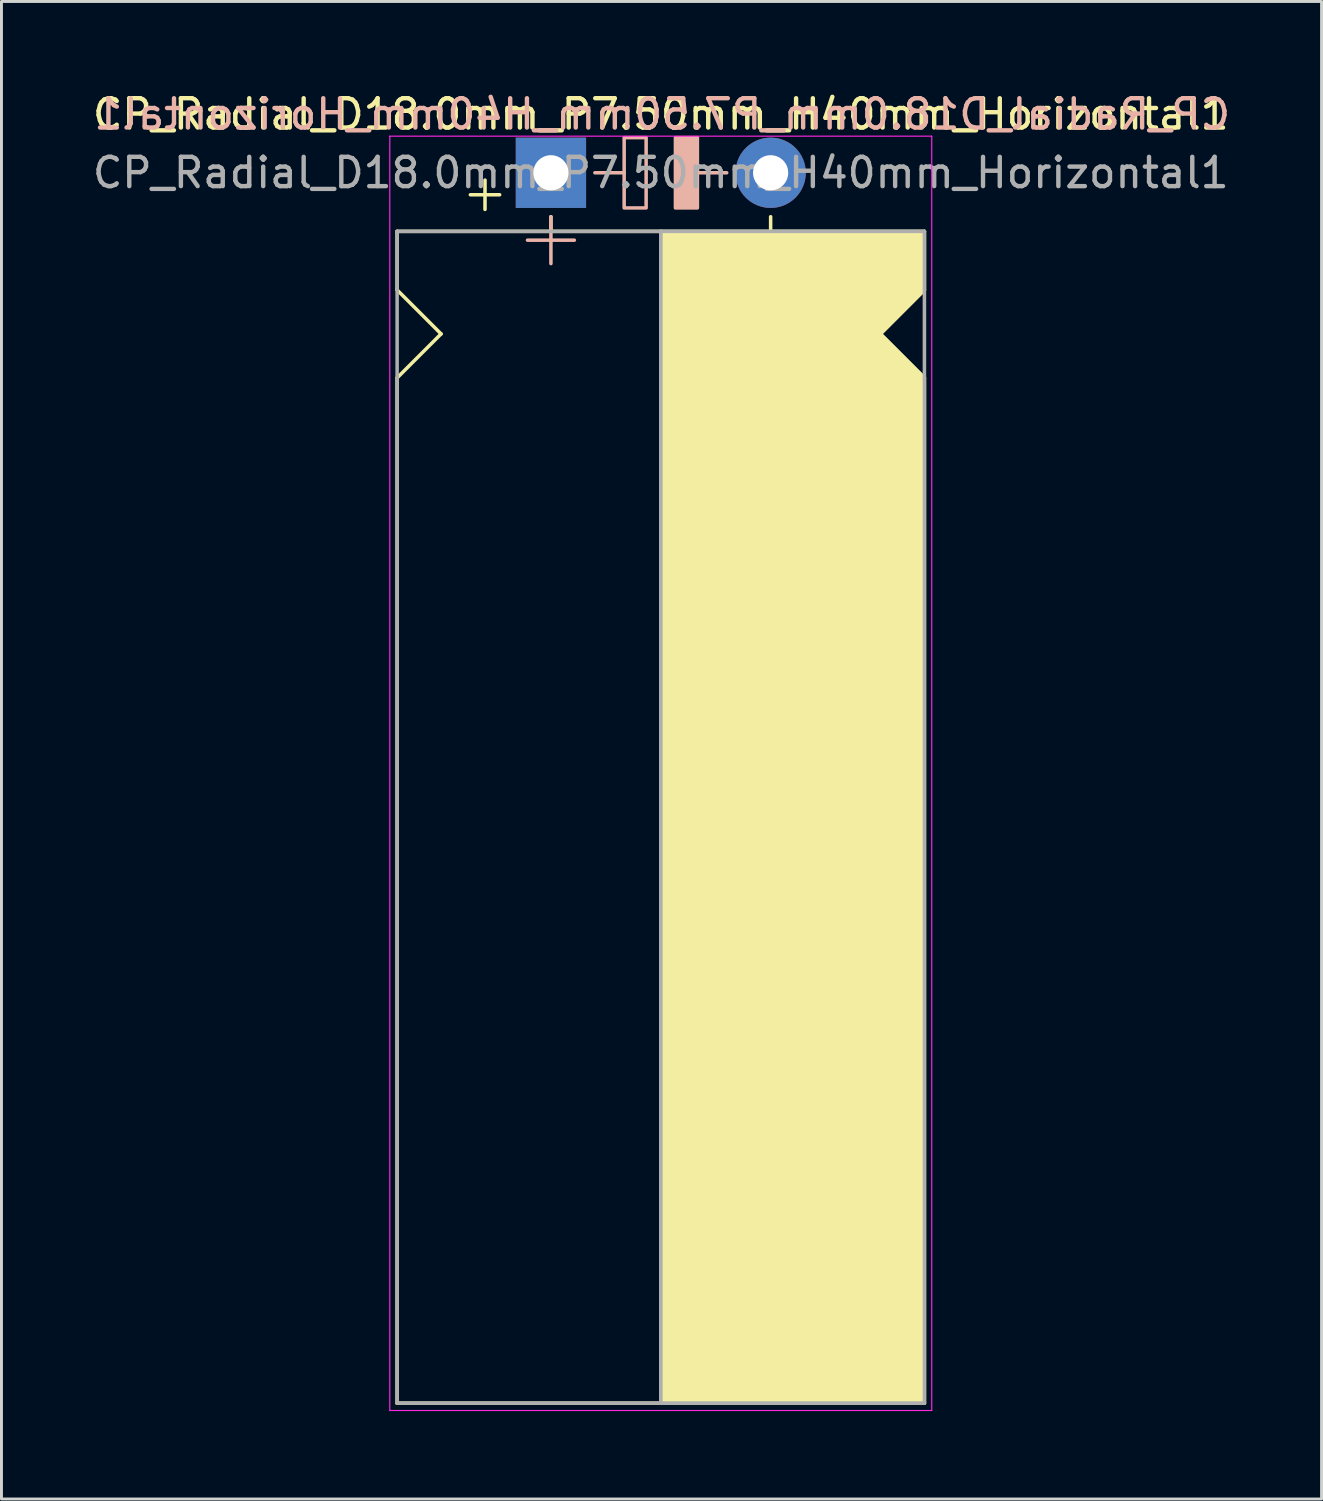
<source format=kicad_pcb>
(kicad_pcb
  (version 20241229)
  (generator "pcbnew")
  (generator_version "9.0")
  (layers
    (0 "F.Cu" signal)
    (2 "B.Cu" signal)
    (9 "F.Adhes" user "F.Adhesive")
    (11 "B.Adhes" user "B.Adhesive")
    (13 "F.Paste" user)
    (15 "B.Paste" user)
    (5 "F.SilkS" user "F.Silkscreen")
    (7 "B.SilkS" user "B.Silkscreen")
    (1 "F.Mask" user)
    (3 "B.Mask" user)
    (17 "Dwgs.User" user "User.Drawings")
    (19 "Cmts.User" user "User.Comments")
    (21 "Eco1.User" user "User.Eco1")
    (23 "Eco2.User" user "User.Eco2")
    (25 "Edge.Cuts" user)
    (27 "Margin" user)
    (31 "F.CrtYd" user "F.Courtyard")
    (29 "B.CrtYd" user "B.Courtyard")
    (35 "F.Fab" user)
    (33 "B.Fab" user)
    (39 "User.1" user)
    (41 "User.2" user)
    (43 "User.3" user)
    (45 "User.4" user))
  (footprint "CP_Radial_D18.0mm_P7.50mm_H40mm_Horizontal1"
    (layer "F.Cu")
    (at 15.756 2.848)
    (property "Reference" "CP_Radial_D18.0mm_P7.50mm_H40mm_Horizontal1" (at 3.75 -2 0) (layer "F.SilkS") (effects (font (size 1 1) (thickness 0.15))))
    (fp_line (start -5.25 2) (end -5.25 4) (stroke (width 0.12) (type solid)) (layer "F.SilkS"))
    (fp_line (start -5.25 2) (end 12.75 2) (stroke (width 0.12) (type solid)) (layer "F.SilkS"))
    (fp_line (start -5.25 4) (end -3.75 5.5) (stroke (width 0.12) (type solid)) (layer "F.SilkS"))
    (fp_line (start -5.25 7) (end -5.25 42) (stroke (width 0.12) (type solid)) (layer "F.SilkS"))
    (fp_line (start -5.25 7) (end -3.75 5.5) (stroke (width 0.12) (type solid)) (layer "F.SilkS"))
    (fp_line (start -5.25 42) (end 12.75 42) (stroke (width 0.12) (type solid)) (layer "F.SilkS"))
    (fp_line (start -2.25 0.25) (end -2.25 1.25) (stroke (width 0.12) (type solid)) (layer "F.SilkS"))
    (fp_line (start -1.75 0.75) (end -2.75 0.75) (stroke (width 0.12) (type solid)) (layer "F.SilkS"))
    (fp_line (start 0 1.5) (end 0 2) (stroke (width 0.12) (type solid)) (layer "F.SilkS"))
    (fp_line (start 3.75 2) (end 3.75 42) (stroke (width 0.12) (type solid)) (layer "F.SilkS"))
    (fp_line (start 7.5 1.5) (end 7.5 2) (stroke (width 0.12) (type solid)) (layer "F.SilkS"))
    (fp_line (start 12.75 2) (end 12.75 4) (stroke (width 0.12) (type solid)) (layer "F.SilkS"))
    (fp_line (start 12.75 4) (end 11.25 5.5) (stroke (width 0.12) (type solid)) (layer "F.SilkS"))
    (fp_line (start 12.75 7) (end 11.25 5.5) (stroke (width 0.12) (type solid)) (layer "F.SilkS"))
    (fp_line (start 12.75 42) (end 12.75 7) (stroke (width 0.12) (type solid)) (layer "F.SilkS"))
    (fp_poly (pts (xy 12.75 4) (xy 11.25 5.5) (xy 12.75 7) (xy 12.75 42) (xy 3.75 42) (xy 3.75 2) (xy 12.75 2)) (stroke (width 0.1) (type solid)) (fill yes) (layer "F.SilkS"))
    (fp_line (start 0 1.5) (end 0 3.1) (stroke (width 0.12) (type solid)) (layer "B.SilkS"))
    (fp_line (start 0.8 2.3) (end -0.8 2.3) (stroke (width 0.12) (type solid)) (layer "B.SilkS"))
    (fp_line (start 2.5 0) (end 1.5 0) (stroke (width 0.12) (type solid)) (layer "B.SilkS"))
    (fp_line (start 6 0) (end 5 0) (stroke (width 0.12) (type solid)) (layer "B.SilkS"))
    (fp_rect (start 2.5 -1.2) (end 3.25 1.2) (stroke (width 0.12) (type solid)) (fill no) (layer "B.SilkS"))
    (fp_rect (start 4.25 -1.2) (end 5 1.2) (stroke (width 0.12) (type solid)) (fill yes) (layer "B.SilkS"))
    (fp_line (start -5.5 -1.25) (end -5.5 42.25) (stroke (width 0.04) (type solid)) (layer "F.CrtYd"))
    (fp_line (start -5.5 42.25) (end 13 42.25) (stroke (width 0.04) (type solid)) (layer "F.CrtYd"))
    (fp_line (start 13 -1.25) (end -5.5 -1.25) (stroke (width 0.04) (type solid)) (layer "F.CrtYd"))
    (fp_line (start 13 42.25) (end 13 -1.25) (stroke (width 0.04) (type solid)) (layer "F.CrtYd"))
    (fp_line (start -5.25 2) (end -5.25 42) (stroke (width 0.12) (type solid)) (layer "F.Fab"))
    (fp_line (start -5.25 42) (end 12.75 42) (stroke (width 0.12) (type solid)) (layer "F.Fab"))
    (fp_line (start 3.75 2) (end 3.75 42) (stroke (width 0.12) (type solid)) (layer "F.Fab"))
    (fp_line (start 12.75 2) (end -5.25 2) (stroke (width 0.12) (type solid)) (layer "F.Fab"))
    (fp_line (start 12.75 42) (end 12.75 2) (stroke (width 0.12) (type solid)) (layer "F.Fab"))
    (fp_poly (pts (xy 12.75 42) (xy 3.75 42) (xy 3.75 2) (xy 12.75 2)) (stroke (width 0.1) (type solid)) (fill no) (layer "F.Fab"))
    (fp_text user "${REFERENCE}" (at 3.8 -2 0) (layer "B.SilkS") (effects (font (size 1 1) (thickness 0.15)) (justify mirror)))
    (fp_text user "${REFERENCE}" (at 3.75 0 0) (layer "F.Fab") (effects (font (size 1 1) (thickness 0.15))))
    (pad "1" thru_hole rect (at 0 0) (size 2.4 2.4) (drill 1.2) (layers "*.Cu" "*.Mask"))
    (pad "2" thru_hole circle (at 7.5 0) (size 2.4 2.4) (drill 1.2) (layers "*.Cu" "*.Mask")))
  (gr_rect
    (start -3 -3)
    (end 42.062 48.118)
    (stroke (width 0.1) (type default))
    (fill no)
    (layer "Edge.Cuts")))
</source>
